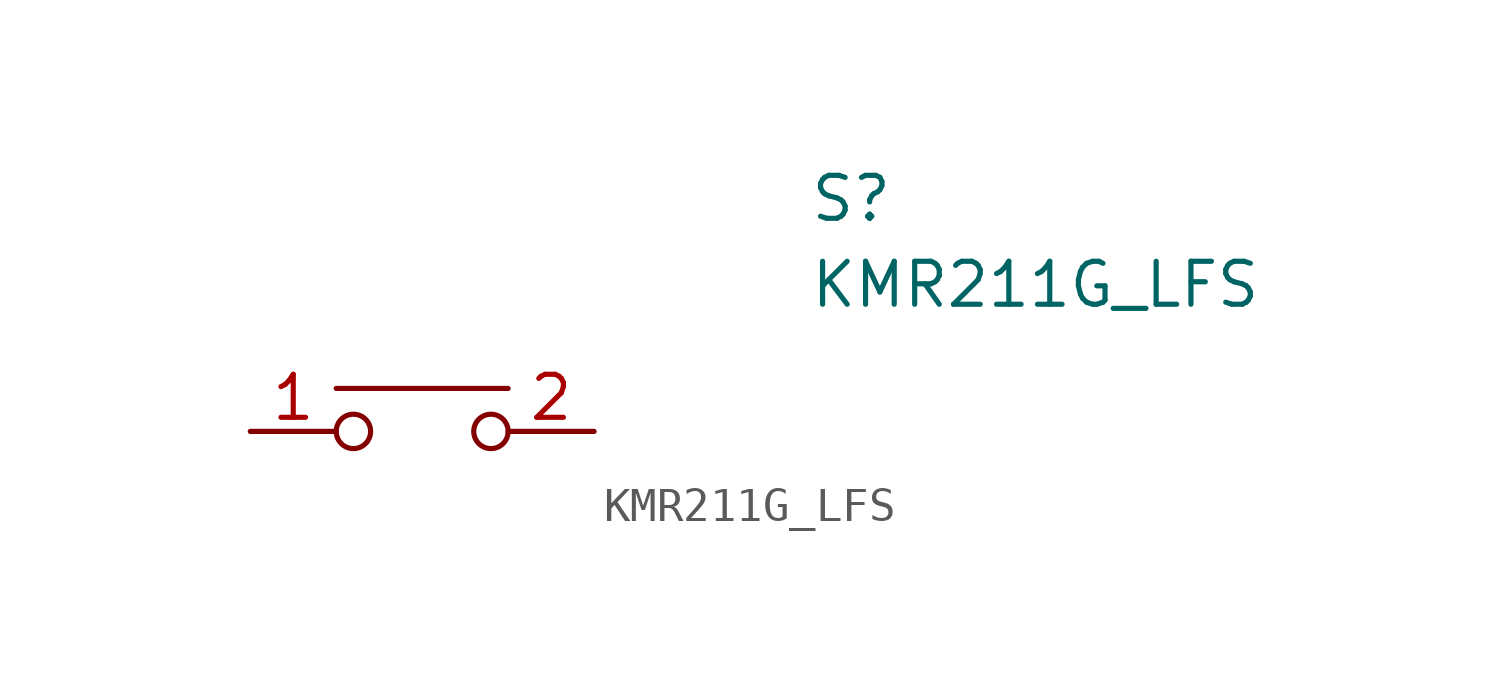
<source format=kicad_sym>
(kicad_symbol_lib
  (version 20220914)
  (generator kicad_symbol_editor)
  (symbol "KMR211G_LFS"
    (property "Reference" "S"
      (at 16.51 7.62 0)
      (effects (font (size 1.27 1.27)) (justify left top)))
    (property "Value" "KMR211G_LFS"
      (at 16.51 5.08 0)
      (effects (font (size 1.27 1.27)) (justify left top)))
    (symbol "KMR211G_LFS_0_1"
      (polyline (pts (xy 7.62 1.27) (xy 2.54 1.27)) (stroke (width 0) (type default)) (fill (type none)))
      (circle (center 3.048 0) (radius 0.508) (stroke (width 0) (type default)) (fill (type none)))
      (circle (center 7.112 0) (radius 0.508) (stroke (width 0) (type default)) (fill (type none))))
    (symbol "KMR211G_LFS_1_1"
      (pin passive line (at 0 0 0) (length 2.54) (name "" (effects (font (size 1.27 1.27)))) (number "1" (effects (font (size 1.27 1.27)))))
      (pin passive line (at 10.16 0 180) (length 2.54) (name "" (effects (font (size 1.27 1.27)))) (number "2" (effects (font (size 1.27 1.27))))))))
</source>
